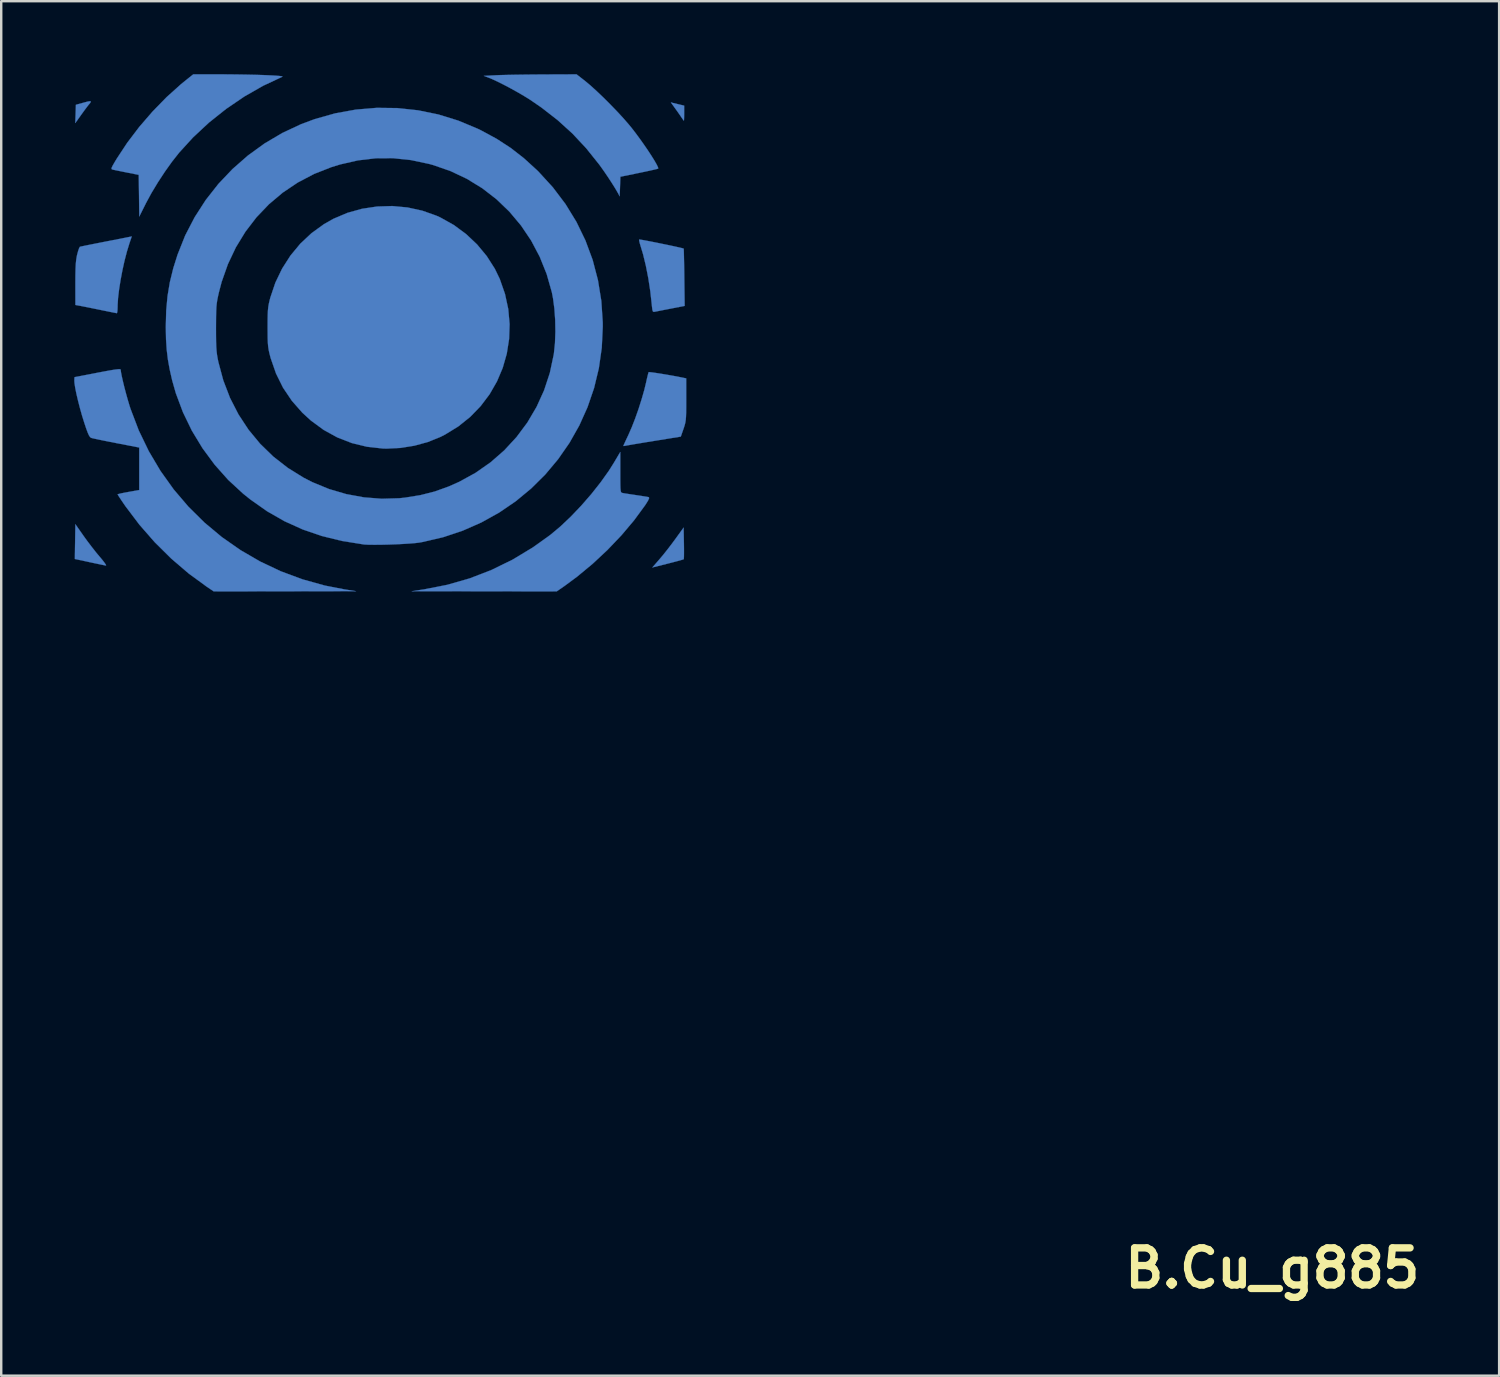
<source format=kicad_pcb>
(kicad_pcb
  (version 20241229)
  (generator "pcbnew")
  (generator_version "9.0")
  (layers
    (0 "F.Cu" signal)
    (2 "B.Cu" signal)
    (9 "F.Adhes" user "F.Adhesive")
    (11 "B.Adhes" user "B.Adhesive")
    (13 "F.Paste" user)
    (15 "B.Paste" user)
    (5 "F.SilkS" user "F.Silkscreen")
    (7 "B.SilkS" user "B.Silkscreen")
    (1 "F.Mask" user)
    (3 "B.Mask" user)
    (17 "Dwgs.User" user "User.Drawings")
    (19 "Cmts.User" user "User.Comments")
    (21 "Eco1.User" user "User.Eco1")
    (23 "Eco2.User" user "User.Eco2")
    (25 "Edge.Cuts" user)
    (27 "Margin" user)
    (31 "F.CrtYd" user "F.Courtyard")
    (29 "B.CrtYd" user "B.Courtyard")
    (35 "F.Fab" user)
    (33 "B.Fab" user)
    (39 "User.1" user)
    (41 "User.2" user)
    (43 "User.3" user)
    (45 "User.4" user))
  (footprint "B.Cu_g885"
    (layer "F.Cu")
    (at 49.239 49.069)
    (property "Reference" "B.Cu_g885" (at 0 0 0) (layer "F.SilkS") (effects (font (size 1.524 1.524) (thickness 0.3))))
    (attr through_hole)
    (fp_poly (pts (xy -48.555 -47.941) (xy -48.585 -47.885) (xy -48.643 -47.816) (xy -48.7 -47.744) (xy -48.79 -47.625) (xy -48.898 -47.476) (xy -48.956 -47.396) (xy -49.195 -47.061) (xy -49.182 -47.437) (xy -49.17 -47.813) (xy -48.843 -47.903) (xy -48.677 -47.947) (xy -48.583 -47.96) (xy -48.555 -47.941)) (stroke (width 0.01) (type solid)) (fill yes) (layer "B.Cu"))
    (fp_poly (pts (xy -24.445 -47.843) (xy -24.172 -47.778) (xy -24.172 -47.469) (xy -24.174 -47.319) (xy -24.177 -47.21) (xy -24.182 -47.161) (xy -24.183 -47.16) (xy -24.211 -47.192) (xy -24.266 -47.27) (xy -24.284 -47.297) (xy -24.358 -47.405) (xy -24.457 -47.547) (xy -24.547 -47.672) (xy -24.718 -47.909) (xy -24.445 -47.843)) (stroke (width 0.01) (type solid)) (fill yes) (layer "B.Cu"))
    (fp_poly (pts (xy -24.182 -29.797) (xy -24.179 -29.573) (xy -24.179 -29.381) (xy -24.181 -29.235) (xy -24.186 -29.151) (xy -24.189 -29.137) (xy -24.235 -29.12) (xy -24.348 -29.087) (xy -24.515 -29.042) (xy -24.719 -28.989) (xy -24.844 -28.957) (xy -25.48 -28.797) (xy -25.181 -29.141) (xy -25.035 -29.315) (xy -24.863 -29.531) (xy -24.687 -29.76) (xy -24.538 -29.962) (xy -24.194 -30.438) (xy -24.182 -29.797)) (stroke (width 0.01) (type solid)) (fill yes) (layer "B.Cu"))
    (fp_poly (pts (xy -48.863 -30.107) (xy -48.702 -29.884) (xy -48.519 -29.643) (xy -48.338 -29.413) (xy -48.206 -29.255) (xy -48.083 -29.108) (xy -47.991 -28.988) (xy -47.936 -28.907) (xy -47.929 -28.877) (xy -47.93 -28.877) (xy -47.989 -28.887) (xy -48.115 -28.912) (xy -48.291 -28.949) (xy -48.501 -28.993) (xy -48.599 -29.014) (xy -49.212 -29.146) (xy -49.211 -29.326) (xy -49.209 -29.439) (xy -49.207 -29.613) (xy -49.203 -29.824) (xy -49.2 -30.041) (xy -49.191 -30.575) (xy -48.863 -30.107)) (stroke (width 0.01) (type solid)) (fill yes) (layer "B.Cu"))
    (fp_poly (pts (xy -25.978 -42.272) (xy -25.866 -42.254) (xy -25.7 -42.223) (xy -25.496 -42.184) (xy -25.266 -42.138) (xy -25.028 -42.089) (xy -24.794 -42.041) (xy -24.579 -41.995) (xy -24.399 -41.955) (xy -24.267 -41.924) (xy -24.198 -41.904) (xy -24.192 -41.901) (xy -24.188 -41.857) (xy -24.184 -41.74) (xy -24.18 -41.559) (xy -24.175 -41.327) (xy -24.17 -41.054) (xy -24.166 -40.751) (xy -24.166 -40.718) (xy -24.151 -39.547) (xy -24.723 -39.436) (xy -24.94 -39.394) (xy -25.133 -39.356) (xy -25.284 -39.326) (xy -25.374 -39.308) (xy -25.384 -39.306) (xy -25.43 -39.302) (xy -25.46 -39.326) (xy -25.479 -39.394) (xy -25.495 -39.522) (xy -25.504 -39.614) (xy -25.563 -40.146) (xy -25.645 -40.682) (xy -25.746 -41.198) (xy -25.861 -41.671) (xy -25.956 -41.987) (xy -25.997 -42.125) (xy -26.021 -42.229) (xy -26.022 -42.276) (xy -25.978 -42.272)) (stroke (width 0.01) (type solid)) (fill yes) (layer "B.Cu"))
    (fp_poly (pts (xy -46.973 -42.11) (xy -47.073 -41.782) (xy -47.17 -41.41) (xy -47.258 -41.012) (xy -47.334 -40.61) (xy -47.395 -40.223) (xy -47.437 -39.873) (xy -47.455 -39.578) (xy -47.455 -39.529) (xy -47.46 -39.386) (xy -47.471 -39.285) (xy -47.487 -39.247) (xy -47.487 -39.247) (xy -47.538 -39.257) (xy -47.656 -39.28) (xy -47.829 -39.315) (xy -48.04 -39.358) (xy -48.197 -39.39) (xy -48.438 -39.439) (xy -48.663 -39.485) (xy -48.852 -39.522) (xy -48.987 -39.549) (xy -49.033 -39.557) (xy -49.191 -39.586) (xy -49.192 -40.462) (xy -49.19 -40.798) (xy -49.184 -41.064) (xy -49.174 -41.275) (xy -49.157 -41.445) (xy -49.133 -41.59) (xy -49.12 -41.65) (xy -49.079 -41.802) (xy -49.039 -41.917) (xy -49.007 -41.975) (xy -49.003 -41.978) (xy -48.95 -41.99) (xy -48.827 -42.016) (xy -48.644 -42.053) (xy -48.413 -42.099) (xy -48.146 -42.152) (xy -47.916 -42.197) (xy -46.874 -42.402) (xy -46.973 -42.11)) (stroke (width 0.01) (type solid)) (fill yes) (layer "B.Cu"))
    (fp_poly (pts (xy -25.585 -36.825) (xy -25.471 -36.812) (xy -25.306 -36.788) (xy -25.106 -36.757) (xy -24.885 -36.72) (xy -24.661 -36.681) (xy -24.448 -36.642) (xy -24.289 -36.61) (xy -24.088 -36.569) (xy -24.087 -35.694) (xy -24.088 -35.397) (xy -24.09 -35.17) (xy -24.096 -34.997) (xy -24.106 -34.864) (xy -24.123 -34.755) (xy -24.147 -34.655) (xy -24.18 -34.55) (xy -24.198 -34.497) (xy -24.31 -34.176) (xy -25.416 -33.997) (xy -25.715 -33.949) (xy -25.989 -33.903) (xy -26.226 -33.864) (xy -26.414 -33.831) (xy -26.542 -33.809) (xy -26.596 -33.798) (xy -26.658 -33.788) (xy -26.67 -33.795) (xy -26.653 -33.838) (xy -26.606 -33.942) (xy -26.537 -34.09) (xy -26.457 -34.259) (xy -26.325 -34.561) (xy -26.185 -34.92) (xy -26.047 -35.311) (xy -25.921 -35.708) (xy -25.813 -36.084) (xy -25.74 -36.384) (xy -25.701 -36.562) (xy -25.666 -36.707) (xy -25.64 -36.801) (xy -25.63 -36.825) (xy -25.585 -36.825)) (stroke (width 0.01) (type solid)) (fill yes) (layer "B.Cu"))
    (fp_poly (pts (xy -26.797 -32.712) (xy -26.797 -32.427) (xy -26.795 -32.215) (xy -26.791 -32.066) (xy -26.783 -31.967) (xy -26.77 -31.908) (xy -26.751 -31.877) (xy -26.724 -31.863) (xy -26.702 -31.858) (xy -26.622 -31.843) (xy -26.48 -31.821) (xy -26.298 -31.793) (xy -26.141 -31.77) (xy -25.948 -31.741) (xy -25.783 -31.715) (xy -25.666 -31.695) (xy -25.621 -31.685) (xy -25.612 -31.643) (xy -25.658 -31.542) (xy -25.76 -31.379) (xy -25.778 -31.352) (xy -26.229 -30.737) (xy -26.748 -30.122) (xy -27.321 -29.521) (xy -27.933 -28.949) (xy -28.57 -28.421) (xy -29.067 -28.053) (xy -29.412 -27.813) (xy -35.37 -27.821) (xy -34.861 -27.898) (xy -33.907 -28.085) (xy -32.984 -28.35) (xy -32.09 -28.695) (xy -31.226 -29.118) (xy -30.391 -29.622) (xy -29.676 -30.133) (xy -29.262 -30.479) (xy -28.832 -30.886) (xy -28.402 -31.337) (xy -27.987 -31.814) (xy -27.602 -32.301) (xy -27.262 -32.779) (xy -27.053 -33.112) (xy -26.797 -33.545) (xy -26.797 -32.712)) (stroke (width 0.01) (type solid)) (fill yes) (layer "B.Cu"))
    (fp_poly (pts (xy -42.996 -49.063) (xy -42.576 -49.059) (xy -42.179 -49.053) (xy -41.813 -49.045) (xy -41.485 -49.035) (xy -41.203 -49.023) (xy -40.973 -49.011) (xy -40.804 -48.997) (xy -40.703 -48.983) (xy -40.678 -48.968) (xy -40.684 -48.965) (xy -41.472 -48.596) (xy -42.247 -48.153) (xy -42.995 -47.644) (xy -43.703 -47.08) (xy -44.357 -46.47) (xy -44.926 -45.847) (xy -45.214 -45.482) (xy -45.512 -45.065) (xy -45.802 -44.622) (xy -46.068 -44.181) (xy -46.291 -43.768) (xy -46.294 -43.761) (xy -46.565 -43.22) (xy -46.576 -44.077) (xy -46.588 -44.933) (xy -47.075 -45.029) (xy -47.276 -45.07) (xy -47.455 -45.106) (xy -47.589 -45.134) (xy -47.655 -45.148) (xy -47.693 -45.161) (xy -47.708 -45.187) (xy -47.695 -45.238) (xy -47.651 -45.327) (xy -47.57 -45.467) (xy -47.491 -45.598) (xy -47.061 -46.251) (xy -46.566 -46.903) (xy -46.021 -47.534) (xy -45.444 -48.126) (xy -44.851 -48.659) (xy -44.689 -48.791) (xy -44.347 -49.064) (xy -43.432 -49.064) (xy -42.996 -49.063)) (stroke (width 0.01) (type solid)) (fill yes) (layer "B.Cu"))
    (fp_poly (pts (xy -28.235 -48.784) (xy -28.02 -48.604) (xy -27.766 -48.373) (xy -27.488 -48.108) (xy -27.201 -47.821) (xy -26.92 -47.53) (xy -26.66 -47.248) (xy -26.437 -46.991) (xy -26.336 -46.868) (xy -26.162 -46.643) (xy -25.986 -46.404) (xy -25.814 -46.161) (xy -25.652 -45.924) (xy -25.508 -45.704) (xy -25.388 -45.51) (xy -25.299 -45.353) (xy -25.246 -45.243) (xy -25.238 -45.19) (xy -25.239 -45.19) (xy -25.284 -45.176) (xy -25.4 -45.148) (xy -25.571 -45.109) (xy -25.785 -45.063) (xy -26.026 -45.013) (xy -26.794 -44.855) (xy -26.808 -44.43) (xy -26.814 -44.258) (xy -26.821 -44.129) (xy -26.827 -44.058) (xy -26.83 -44.052) (xy -26.861 -44.126) (xy -26.933 -44.255) (xy -27.035 -44.426) (xy -27.161 -44.625) (xy -27.3 -44.838) (xy -27.445 -45.052) (xy -27.587 -45.253) (xy -27.665 -45.36) (xy -28.199 -46.027) (xy -28.764 -46.631) (xy -29.375 -47.185) (xy -30.045 -47.705) (xy -30.507 -48.022) (xy -30.737 -48.165) (xy -31.003 -48.321) (xy -31.289 -48.48) (xy -31.574 -48.631) (xy -31.839 -48.764) (xy -32.066 -48.869) (xy -32.194 -48.922) (xy -32.406 -49.001) (xy -31.898 -49.027) (xy -31.727 -49.034) (xy -31.487 -49.04) (xy -31.193 -49.046) (xy -30.86 -49.051) (xy -30.503 -49.055) (xy -30.138 -49.058) (xy -29.992 -49.059) (xy -28.594 -49.064) (xy -28.235 -48.784)) (stroke (width 0.01) (type solid)) (fill yes) (layer "B.Cu"))
    (fp_poly (pts (xy -35.54 -43.593) (xy -34.931 -43.46) (xy -34.346 -43.252) (xy -34.184 -43.178) (xy -33.638 -42.872) (xy -33.134 -42.5) (xy -32.68 -42.071) (xy -32.284 -41.593) (xy -31.954 -41.076) (xy -31.75 -40.655) (xy -31.535 -40.039) (xy -31.401 -39.418) (xy -31.346 -38.798) (xy -31.367 -38.184) (xy -31.462 -37.582) (xy -31.629 -37) (xy -31.865 -36.443) (xy -32.167 -35.918) (xy -32.535 -35.43) (xy -32.964 -34.987) (xy -33.454 -34.594) (xy -34.001 -34.258) (xy -34.189 -34.162) (xy -34.703 -33.955) (xy -35.26 -33.802) (xy -35.834 -33.71) (xy -36.4 -33.682) (xy -36.555 -33.686) (xy -37.208 -33.759) (xy -37.833 -33.911) (xy -38.426 -34.142) (xy -38.985 -34.449) (xy -39.507 -34.831) (xy -39.865 -35.159) (xy -40.297 -35.651) (xy -40.657 -36.186) (xy -40.945 -36.767) (xy -41.163 -37.395) (xy -41.179 -37.453) (xy -41.219 -37.607) (xy -41.248 -37.743) (xy -41.268 -37.878) (xy -41.281 -38.03) (xy -41.288 -38.218) (xy -41.29 -38.46) (xy -41.291 -38.672) (xy -41.29 -38.962) (xy -41.286 -39.186) (xy -41.278 -39.361) (xy -41.263 -39.507) (xy -41.24 -39.64) (xy -41.208 -39.779) (xy -41.179 -39.89) (xy -40.972 -40.504) (xy -40.693 -41.083) (xy -40.349 -41.62) (xy -39.945 -42.107) (xy -39.485 -42.538) (xy -38.977 -42.906) (xy -38.587 -43.127) (xy -38.012 -43.371) (xy -37.41 -43.539) (xy -36.79 -43.632) (xy -36.163 -43.651) (xy -35.54 -43.593)) (stroke (width 0.01) (type solid)) (fill yes) (layer "B.Cu"))
    (fp_poly (pts (xy -47.333 -36.934) (xy -47.329 -36.923) (xy -47.317 -36.822) (xy -47.285 -36.657) (xy -47.237 -36.445) (xy -47.178 -36.202) (xy -47.11 -35.944) (xy -47.039 -35.69) (xy -46.969 -35.454) (xy -46.928 -35.327) (xy -46.586 -34.429) (xy -46.173 -33.574) (xy -45.693 -32.764) (xy -45.149 -32.003) (xy -44.545 -31.295) (xy -43.884 -30.641) (xy -43.171 -30.046) (xy -42.408 -29.513) (xy -41.601 -29.044) (xy -40.751 -28.642) (xy -39.864 -28.312) (xy -38.943 -28.055) (xy -38.144 -27.899) (xy -37.656 -27.822) (xy -40.579 -27.817) (xy -43.503 -27.813) (xy -43.797 -28.01) (xy -44.534 -28.549) (xy -45.248 -29.16) (xy -45.926 -29.831) (xy -46.557 -30.552) (xy -47.129 -31.309) (xy -47.175 -31.375) (xy -47.285 -31.536) (xy -47.375 -31.671) (xy -47.435 -31.765) (xy -47.456 -31.803) (xy -47.417 -31.817) (xy -47.312 -31.843) (xy -47.157 -31.874) (xy -47.011 -31.901) (xy -46.567 -31.98) (xy -46.567 -33.727) (xy -47.509 -33.909) (xy -47.785 -33.963) (xy -48.038 -34.014) (xy -48.254 -34.058) (xy -48.419 -34.094) (xy -48.521 -34.118) (xy -48.543 -34.125) (xy -48.586 -34.155) (xy -48.63 -34.22) (xy -48.681 -34.331) (xy -48.744 -34.501) (xy -48.824 -34.741) (xy -48.825 -34.743) (xy -48.918 -35.042) (xy -49.005 -35.352) (xy -49.083 -35.655) (xy -49.149 -35.937) (xy -49.198 -36.181) (xy -49.227 -36.372) (xy -49.234 -36.465) (xy -49.231 -36.565) (xy -49.225 -36.618) (xy -49.223 -36.62) (xy -49.18 -36.628) (xy -49.066 -36.649) (xy -48.893 -36.683) (xy -48.672 -36.725) (xy -48.415 -36.775) (xy -48.271 -36.803) (xy -47.959 -36.862) (xy -47.722 -36.905) (xy -47.55 -36.932) (xy -47.433 -36.945) (xy -47.364 -36.946) (xy -47.333 -36.934)) (stroke (width 0.01) (type solid)) (fill yes) (layer "B.Cu"))
    (fp_poly (pts (xy -35.957 -47.677) (xy -35.11 -47.586) (xy -34.274 -47.415) (xy -33.455 -47.162) (xy -32.658 -46.829) (xy -32.502 -46.753) (xy -31.874 -46.412) (xy -31.302 -46.04) (xy -30.762 -45.62) (xy -30.231 -45.136) (xy -30.158 -45.065) (xy -29.566 -44.418) (xy -29.046 -43.729) (xy -28.599 -42.999) (xy -28.228 -42.234) (xy -27.932 -41.435) (xy -27.715 -40.606) (xy -27.576 -39.751) (xy -27.518 -38.874) (xy -27.517 -38.688) (xy -27.558 -37.826) (xy -27.678 -36.985) (xy -27.874 -36.171) (xy -28.143 -35.386) (xy -28.481 -34.634) (xy -28.885 -33.92) (xy -29.352 -33.248) (xy -29.877 -32.621) (xy -30.459 -32.044) (xy -31.092 -31.52) (xy -31.775 -31.054) (xy -32.503 -30.649) (xy -33.273 -30.31) (xy -34.082 -30.04) (xy -34.926 -29.844) (xy -35.052 -29.821) (xy -35.214 -29.801) (xy -35.44 -29.782) (xy -35.711 -29.765) (xy -36.01 -29.75) (xy -36.319 -29.739) (xy -36.62 -29.732) (xy -36.896 -29.73) (xy -37.128 -29.732) (xy -37.3 -29.74) (xy -37.338 -29.744) (xy -38.227 -29.886) (xy -39.063 -30.09) (xy -39.852 -30.361) (xy -40.6 -30.7) (xy -41.315 -31.109) (xy -42.001 -31.593) (xy -42.299 -31.832) (xy -42.909 -32.395) (xy -43.466 -33.02) (xy -43.966 -33.698) (xy -44.403 -34.419) (xy -44.77 -35.176) (xy -45.063 -35.959) (xy -45.213 -36.486) (xy -45.315 -36.933) (xy -45.389 -37.345) (xy -45.438 -37.752) (xy -45.466 -38.182) (xy -45.475 -38.65) (xy -43.412 -38.65) (xy -43.411 -38.324) (xy -43.408 -38.066) (xy -43.401 -37.86) (xy -43.388 -37.689) (xy -43.37 -37.536) (xy -43.344 -37.385) (xy -43.316 -37.246) (xy -43.112 -36.485) (xy -42.835 -35.764) (xy -42.488 -35.087) (xy -42.074 -34.457) (xy -41.596 -33.879) (xy -41.057 -33.355) (xy -40.459 -32.889) (xy -39.805 -32.484) (xy -39.444 -32.3) (xy -38.765 -32.02) (xy -38.056 -31.812) (xy -37.331 -31.679) (xy -36.601 -31.622) (xy -35.879 -31.643) (xy -35.644 -31.668) (xy -35.012 -31.77) (xy -34.425 -31.919) (xy -33.853 -32.124) (xy -33.413 -32.32) (xy -32.747 -32.686) (xy -32.129 -33.118) (xy -31.566 -33.61) (xy -31.061 -34.157) (xy -30.616 -34.754) (xy -30.238 -35.396) (xy -29.929 -36.076) (xy -29.693 -36.791) (xy -29.535 -37.533) (xy -29.524 -37.602) (xy -29.481 -38.02) (xy -29.464 -38.482) (xy -29.472 -38.961) (xy -29.505 -39.431) (xy -29.562 -39.863) (xy -29.61 -40.11) (xy -29.823 -40.858) (xy -30.108 -41.567) (xy -30.46 -42.233) (xy -30.876 -42.851) (xy -31.352 -43.418) (xy -31.883 -43.929) (xy -32.467 -44.381) (xy -33.099 -44.769) (xy -33.775 -45.089) (xy -34.491 -45.337) (xy -34.649 -45.381) (xy -35.399 -45.54) (xy -36.131 -45.617) (xy -36.855 -45.613) (xy -37.579 -45.528) (xy -38.31 -45.361) (xy -38.665 -45.252) (xy -39.378 -44.972) (xy -40.047 -44.621) (xy -40.667 -44.205) (xy -41.236 -43.726) (xy -41.749 -43.189) (xy -42.203 -42.597) (xy -42.595 -41.955) (xy -42.922 -41.265) (xy -43.18 -40.533) (xy -43.291 -40.111) (xy -43.33 -39.939) (xy -43.36 -39.791) (xy -43.381 -39.65) (xy -43.396 -39.5) (xy -43.404 -39.325) (xy -43.409 -39.107) (xy -43.411 -38.829) (xy -43.412 -38.65) (xy -45.475 -38.65) (xy -45.475 -38.664) (xy -45.475 -38.714) (xy -45.458 -39.358) (xy -45.404 -39.951) (xy -45.309 -40.52) (xy -45.169 -41.092) (xy -44.991 -41.656) (xy -44.678 -42.442) (xy -44.29 -43.191) (xy -43.834 -43.899) (xy -43.314 -44.561) (xy -42.734 -45.172) (xy -42.1 -45.728) (xy -41.417 -46.223) (xy -40.689 -46.653) (xy -39.92 -47.014) (xy -39.355 -47.224) (xy -38.514 -47.461) (xy -37.664 -47.615) (xy -36.81 -47.687) (xy -35.957 -47.677)) (stroke (width 0.01) (type solid)) (fill yes) (layer "B.Cu")))
  (gr_rect
    (start -3 -3)
    (end 58.56 53.487)
    (stroke (width 0.1) (type default))
    (fill no)
    (layer "Edge.Cuts")))
</source>
